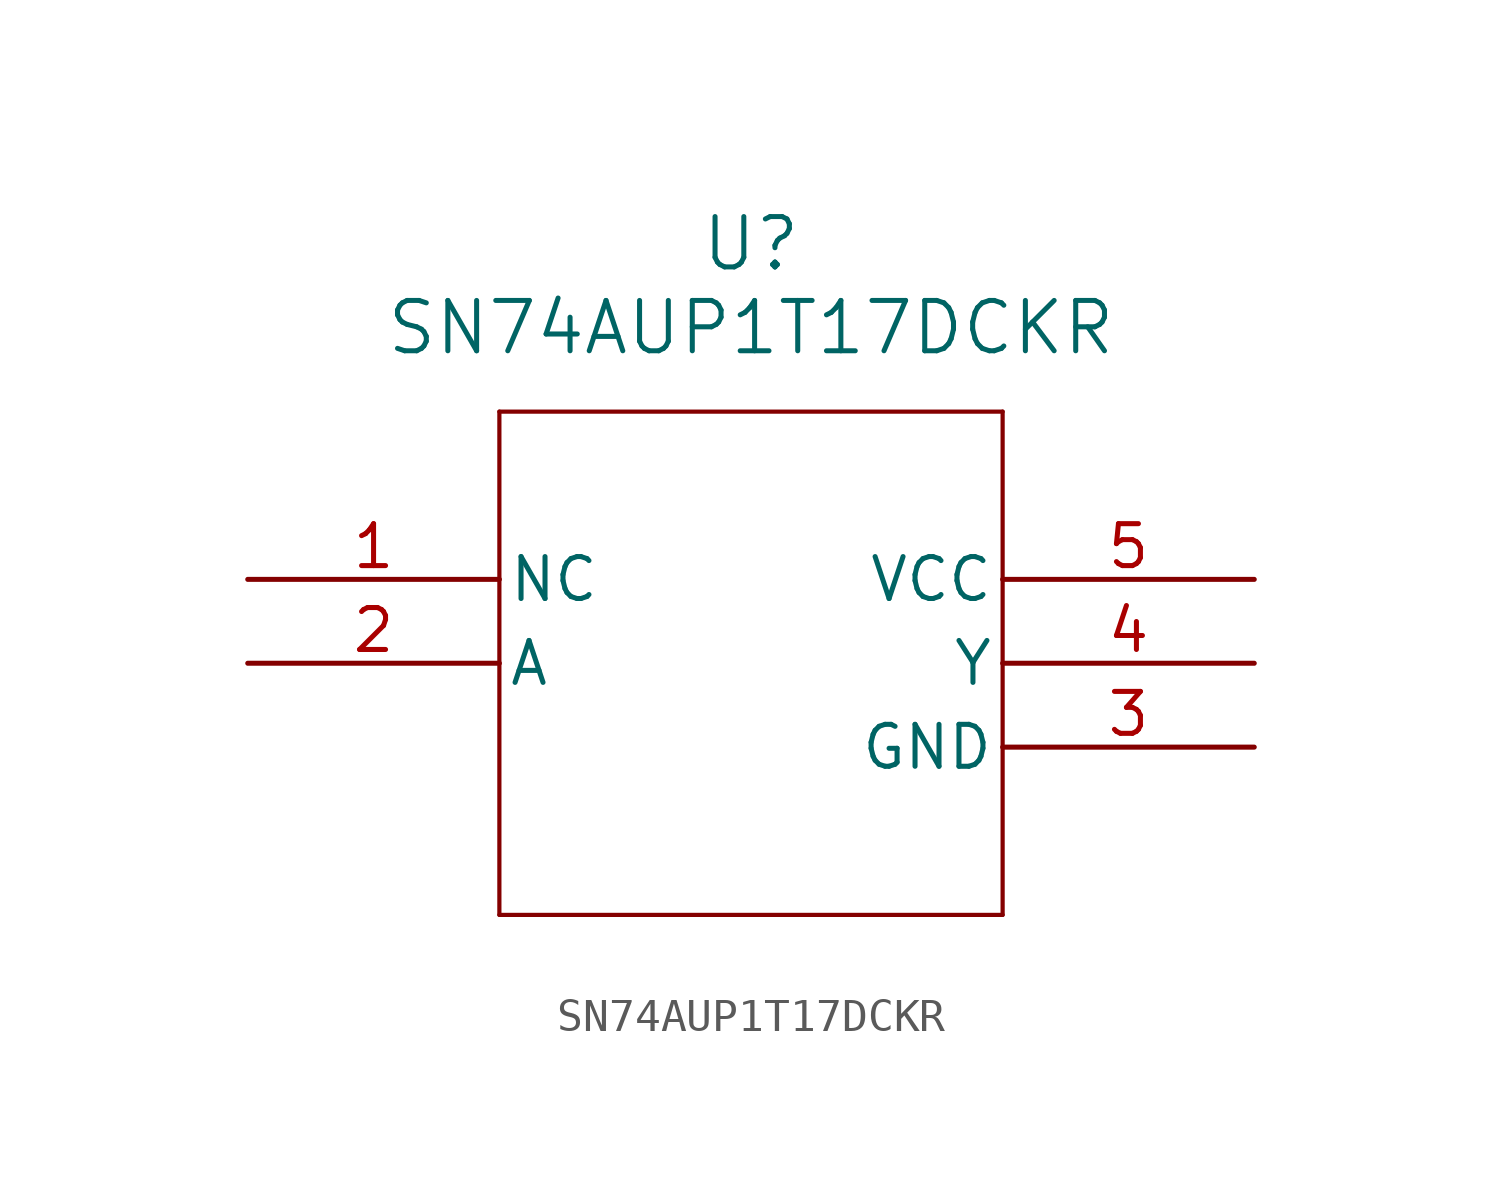
<source format=kicad_sym>
(kicad_symbol_lib
  (version 20231120)
  (generator "kicad_symbol_editor")
  (generator_version "8.0")
  (symbol "SN74AUP1T17DCKR"
    (pin_names
      (offset 0.254))
    (property "Reference" "U"
      (at 0 12.7 0)
      (effects (font (size 1.524 1.524))))
    (property "Value" "SN74AUP1T17DCKR"
      (at 0 10.16 0)
      (effects (font (size 1.524 1.524))))
    (property "ki_locked" ""
      (at 0 0 0)
      (effects (font (size 1.27 1.27))))
    (symbol "SN74AUP1T17DCKR_0_1"
      (polyline (pts (xy -7.62 -7.62) (xy 7.62 -7.62)) (stroke (width 0.127) (type default)) (fill (type none)))
      (polyline (pts (xy -7.62 7.62) (xy -7.62 -7.62)) (stroke (width 0.127) (type default)) (fill (type none)))
      (polyline (pts (xy 7.62 -7.62) (xy 7.62 7.62)) (stroke (width 0.127) (type default)) (fill (type none)))
      (polyline (pts (xy 7.62 7.62) (xy -7.62 7.62)) (stroke (width 0.127) (type default)) (fill (type none)))
      (pin unspecified line (at -15.24 2.54 0) (length 7.62) (name "NC" (effects (font (size 1.27 1.27)))) (number "1" (effects (font (size 1.27 1.27)))))
      (pin input line (at -15.24 0 0) (length 7.62) (name "A" (effects (font (size 1.27 1.27)))) (number "2" (effects (font (size 1.27 1.27)))))
      (pin power_in line (at 15.24 -2.54 180) (length 7.62) (name "GND" (effects (font (size 1.27 1.27)))) (number "3" (effects (font (size 1.27 1.27)))))
      (pin output line (at 15.24 0 180) (length 7.62) (name "Y" (effects (font (size 1.27 1.27)))) (number "4" (effects (font (size 1.27 1.27)))))
      (pin power_in line (at 15.24 2.54 180) (length 7.62) (name "VCC" (effects (font (size 1.27 1.27)))) (number "5" (effects (font (size 1.27 1.27))))))))
</source>
